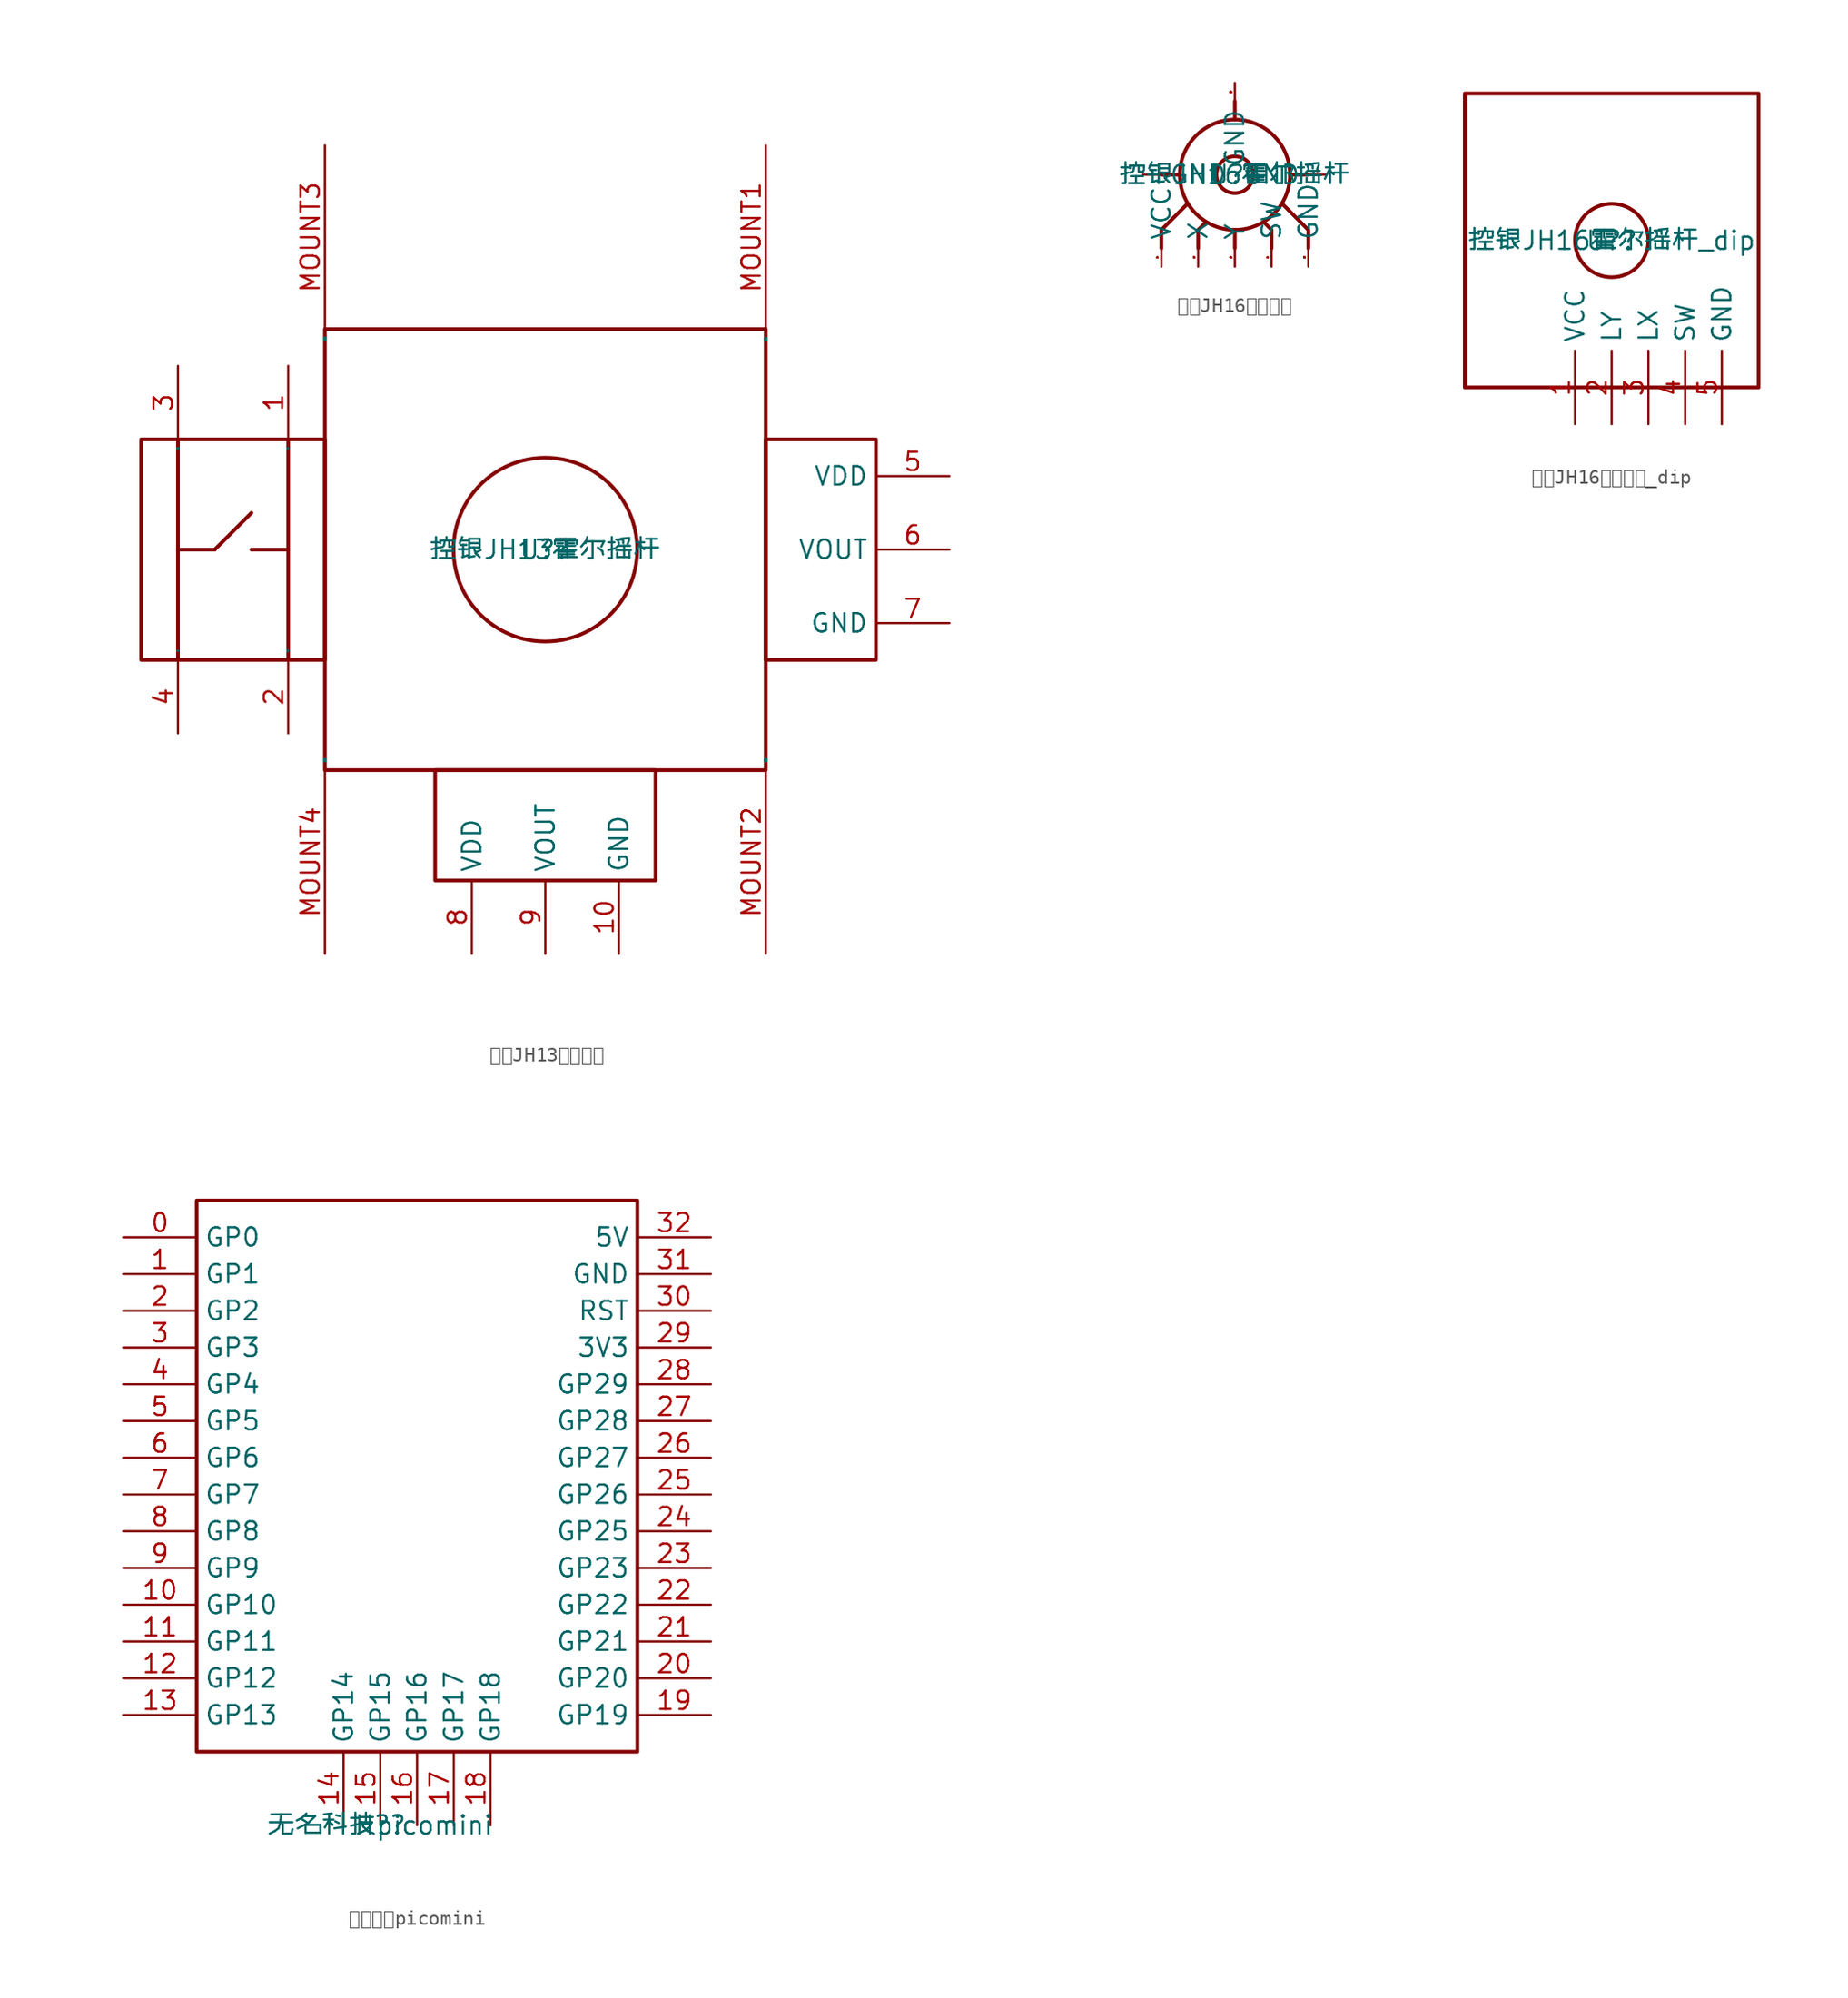
<source format=kicad_sym>
(kicad_symbol_lib
  (version 20231120)
  (generator "kicad_symbol_editor")
  (generator_version "8.0")
  (symbol "控银JH13霍尔摇杆"
    (property "Reference" "U?"
      (at 0 0 0)
      (effects (font (size 1.27 1.27))))
    (property "Value" "控银JH13霍尔摇杆"
      (at 0 0 0)
      (effects (font (size 1.27 1.27))))
    (symbol "控银JH13霍尔摇杆_0_0"
      (rectangle (start -27.94 7.62) (end -15.24 -7.62) (stroke (width 0.254) (type solid)) (fill (type none)))
      (rectangle (start -15.24 15.24) (end 15.24 -15.24) (stroke (width 0.254) (type solid)) (fill (type none)))
      (rectangle (start -7.62 -15.24) (end 7.62 -22.86) (stroke (width 0.254) (type solid)) (fill (type none)))
      (polyline (pts (xy -25.4 0) (xy -22.86 0)) (stroke (width 0.254) (type solid)) (fill (type none)))
      (polyline (pts (xy -25.4 7.62) (xy -25.4 -7.62)) (stroke (width 0.254) (type solid)) (fill (type none)))
      (polyline (pts (xy -22.86 0) (xy -20.32 2.54)) (stroke (width 0.254) (type solid)) (fill (type none)))
      (polyline (pts (xy -17.78 0) (xy -20.32 0)) (stroke (width 0.254) (type solid)) (fill (type none)))
      (polyline (pts (xy -17.78 7.62) (xy -17.78 -7.62)) (stroke (width 0.254) (type solid)) (fill (type none)))
      (circle (center 0 0) (radius 6.35) (stroke (width 0.254) (type solid)) (fill (type none)))
      (rectangle (start 15.24 7.62) (end 22.86 -7.62) (stroke (width 0.254) (type solid)) (fill (type none)))
      (pin unspecified line (at -17.78 12.7 270) (length 5.08) (name "1" (effects (font (size 0.025 0.025)))) (number "1" (effects (font (size 1.27 1.27)))))
      (pin unspecified line (at 5.08 -27.94 90) (length 5.08) (name "GND" (effects (font (size 1.27 1.27)))) (number "10" (effects (font (size 1.27 1.27)))))
      (pin unspecified line (at -17.78 -12.7 90) (length 5.08) (name "2" (effects (font (size 0.025 0.025)))) (number "2" (effects (font (size 1.27 1.27)))))
      (pin unspecified line (at -25.4 12.7 270) (length 5.08) (name "3" (effects (font (size 0.025 0.025)))) (number "3" (effects (font (size 1.27 1.27)))))
      (pin unspecified line (at -25.4 -12.7 90) (length 5.08) (name "4" (effects (font (size 0.025 0.025)))) (number "4" (effects (font (size 1.27 1.27)))))
      (pin unspecified line (at 27.94 5.08 180) (length 5.08) (name "VDD" (effects (font (size 1.27 1.27)))) (number "5" (effects (font (size 1.27 1.27)))))
      (pin unspecified line (at 27.94 0 180) (length 5.08) (name "VOUT" (effects (font (size 1.27 1.27)))) (number "6" (effects (font (size 1.27 1.27)))))
      (pin unspecified line (at 27.94 -5.08 180) (length 5.08) (name "GND" (effects (font (size 1.27 1.27)))) (number "7" (effects (font (size 1.27 1.27)))))
      (pin unspecified line (at -5.08 -27.94 90) (length 5.08) (name "VDD" (effects (font (size 1.27 1.27)))) (number "8" (effects (font (size 1.27 1.27)))))
      (pin unspecified line (at 0 -27.94 90) (length 5.08) (name "VOUT" (effects (font (size 1.27 1.27)))) (number "9" (effects (font (size 1.27 1.27)))))
      (pin unspecified line (at 15.24 27.94 270) (length 12.7) (name "MOUNT1" (effects (font (size 0.025 0.025)))) (number "MOUNT1" (effects (font (size 1.27 1.27)))))
      (pin unspecified line (at 15.24 -27.94 90) (length 12.7) (name "MOUNT2" (effects (font (size 0.025 0.025)))) (number "MOUNT2" (effects (font (size 1.27 1.27)))))
      (pin unspecified line (at -15.24 27.94 270) (length 12.7) (name "MOUNT3" (effects (font (size 0.025 0.025)))) (number "MOUNT3" (effects (font (size 1.27 1.27)))))
      (pin unspecified line (at -15.24 -27.94 90) (length 12.7) (name "MOUNT4" (effects (font (size 0.025 0.025)))) (number "MOUNT4" (effects (font (size 1.27 1.27)))))))
  (symbol "控银JH16霍尔摇杆"
    (property "Reference" "U?"
      (at 0 0 0)
      (effects (font (size 1.27 1.27))))
    (property "Value" "控银JH16霍尔摇杆"
      (at 0 0 0)
      (effects (font (size 1.27 1.27))))
    (symbol "控银JH16霍尔摇杆_0_0"
      (polyline (pts (xy -3.81 0) (xy -5.08 0)) (stroke (width 0.254) (type solid)) (fill (type none)))
      (polyline (pts (xy 0 -3.81) (xy 0 -5.08)) (stroke (width 0.254) (type solid)) (fill (type none)))
      (polyline (pts (xy 0 3.81) (xy 0 5.08)) (stroke (width 0.254) (type solid)) (fill (type none)))
      (polyline (pts (xy 3.81 0) (xy 5.08 0)) (stroke (width 0.254) (type solid)) (fill (type none)))
      (polyline (pts (xy -2.54 -5.08) (xy -2.54 -3.81) (xy -2.032 -3.302)) (stroke (width 0.254) (type solid)) (fill (type none)))
      (polyline (pts (xy 2.54 -5.08) (xy 2.54 -3.81) (xy 2.032 -3.302)) (stroke (width 0.254) (type solid)) (fill (type none)))
      (polyline (pts (xy -5.08 -5.08) (xy -5.08 -3.81) (xy -3.81 -2.54) (xy -3.302 -2.032)) (stroke (width 0.254) (type solid)) (fill (type none)))
      (polyline (pts (xy 5.08 -5.08) (xy 5.08 -3.81) (xy 3.302 -2.032) (xy 3.81 -2.54)) (stroke (width 0.254) (type solid)) (fill (type none)))
      (circle (center 0 0) (radius 1.27) (stroke (width 0.254) (type solid)) (fill (type none)))
      (circle (center 0 0) (radius 3.81) (stroke (width 0.254) (type solid)) (fill (type none)))
      (pin unspecified line (at -5.08 -6.35 90) (length 1.27) (name "VCC" (effects (font (size 1.27 1.27)))) (number "1" (effects (font (size 0.025 0.025)))))
      (pin unspecified line (at -2.54 -6.35 90) (length 1.27) (name "X" (effects (font (size 1.27 1.27)))) (number "2" (effects (font (size 0.025 0.025)))))
      (pin unspecified line (at 0 -6.35 90) (length 1.27) (name "Y" (effects (font (size 1.27 1.27)))) (number "3" (effects (font (size 0.025 0.025)))))
      (pin unspecified line (at 2.54 -6.35 90) (length 1.27) (name "SW" (effects (font (size 1.27 1.27)))) (number "4" (effects (font (size 0.025 0.025)))))
      (pin unspecified line (at 5.08 -6.35 90) (length 1.27) (name "GND" (effects (font (size 1.27 1.27)))) (number "5" (effects (font (size 0.025 0.025)))))
      (pin unspecified line (at 0 6.35 270) (length 1.27) (name "GND" (effects (font (size 1.27 1.27)))) (number "6" (effects (font (size 0.025 0.025)))))
      (pin unspecified line (at -6.35 0 0) (length 1.27) (name "GND" (effects (font (size 1.27 1.27)))) (number "7" (effects (font (size 0.025 0.025)))))
      (pin unspecified line (at 6.35 0 180) (length 1.27) (name "GND" (effects (font (size 1.27 1.27)))) (number "8" (effects (font (size 0.025 0.025)))))))
  (symbol "控银JH16霍尔摇杆_dip"
    (property "Reference" "U?"
      (at 0 0 0)
      (effects (font (size 1.27 1.27))))
    (property "Value" "控银JH16霍尔摇杆_dip"
      (at 0 0 0)
      (effects (font (size 1.27 1.27))))
    (symbol "控银JH16霍尔摇杆_dip_0_0"
      (rectangle (start -10.16 10.16) (end 10.16 -10.16) (stroke (width 0.254) (type solid)) (fill (type none)))
      (circle (center 0 0) (radius 2.54) (stroke (width 0.254) (type solid)) (fill (type none)))
      (pin unspecified line (at -2.54 -12.7 90) (length 5.08) (name "VCC" (effects (font (size 1.27 1.27)))) (number "1" (effects (font (size 1.27 1.27)))))
      (pin unspecified line (at 0 -12.7 90) (length 5.08) (name "LY" (effects (font (size 1.27 1.27)))) (number "2" (effects (font (size 1.27 1.27)))))
      (pin unspecified line (at 2.54 -12.7 90) (length 5.08) (name "LX" (effects (font (size 1.27 1.27)))) (number "3" (effects (font (size 1.27 1.27)))))
      (pin unspecified line (at 5.08 -12.7 90) (length 5.08) (name "SW" (effects (font (size 1.27 1.27)))) (number "4" (effects (font (size 1.27 1.27)))))
      (pin unspecified line (at 7.62 -12.7 90) (length 5.08) (name "GND" (effects (font (size 1.27 1.27)))) (number "5" (effects (font (size 1.27 1.27)))))))
  (symbol "无名科技picomini"
    (property "Reference" "H?"
      (at 0 0 0)
      (effects (font (size 1.27 1.27))))
    (property "Value" "无名科技picomini"
      (at 0 0 0)
      (effects (font (size 1.27 1.27))))
    (symbol "无名科技picomini_0_0"
      (rectangle (start -12.7 43.18) (end 17.78 5.08) (stroke (width 0.254) (type solid)) (fill (type none)))
      (pin unspecified line (at -17.78 40.64 0) (length 5.08) (name "GP0" (effects (font (size 1.27 1.27)))) (number "0" (effects (font (size 1.27 1.27)))))
      (pin unspecified line (at -17.78 38.1 0) (length 5.08) (name "GP1" (effects (font (size 1.27 1.27)))) (number "1" (effects (font (size 1.27 1.27)))))
      (pin unspecified line (at -17.78 15.24 0) (length 5.08) (name "GP10" (effects (font (size 1.27 1.27)))) (number "10" (effects (font (size 1.27 1.27)))))
      (pin unspecified line (at -17.78 12.7 0) (length 5.08) (name "GP11" (effects (font (size 1.27 1.27)))) (number "11" (effects (font (size 1.27 1.27)))))
      (pin unspecified line (at -17.78 10.16 0) (length 5.08) (name "GP12" (effects (font (size 1.27 1.27)))) (number "12" (effects (font (size 1.27 1.27)))))
      (pin unspecified line (at -17.78 7.62 0) (length 5.08) (name "GP13" (effects (font (size 1.27 1.27)))) (number "13" (effects (font (size 1.27 1.27)))))
      (pin unspecified line (at -2.54 0 90) (length 5.08) (name "GP14" (effects (font (size 1.27 1.27)))) (number "14" (effects (font (size 1.27 1.27)))))
      (pin unspecified line (at 0 0 90) (length 5.08) (name "GP15" (effects (font (size 1.27 1.27)))) (number "15" (effects (font (size 1.27 1.27)))))
      (pin unspecified line (at 2.54 0 90) (length 5.08) (name "GP16" (effects (font (size 1.27 1.27)))) (number "16" (effects (font (size 1.27 1.27)))))
      (pin unspecified line (at 5.08 0 90) (length 5.08) (name "GP17" (effects (font (size 1.27 1.27)))) (number "17" (effects (font (size 1.27 1.27)))))
      (pin unspecified line (at 7.62 0 90) (length 5.08) (name "GP18" (effects (font (size 1.27 1.27)))) (number "18" (effects (font (size 1.27 1.27)))))
      (pin unspecified line (at 22.86 7.62 180) (length 5.08) (name "GP19" (effects (font (size 1.27 1.27)))) (number "19" (effects (font (size 1.27 1.27)))))
      (pin unspecified line (at -17.78 35.56 0) (length 5.08) (name "GP2" (effects (font (size 1.27 1.27)))) (number "2" (effects (font (size 1.27 1.27)))))
      (pin unspecified line (at 22.86 10.16 180) (length 5.08) (name "GP20" (effects (font (size 1.27 1.27)))) (number "20" (effects (font (size 1.27 1.27)))))
      (pin unspecified line (at 22.86 12.7 180) (length 5.08) (name "GP21" (effects (font (size 1.27 1.27)))) (number "21" (effects (font (size 1.27 1.27)))))
      (pin unspecified line (at 22.86 15.24 180) (length 5.08) (name "GP22" (effects (font (size 1.27 1.27)))) (number "22" (effects (font (size 1.27 1.27)))))
      (pin unspecified line (at 22.86 17.78 180) (length 5.08) (name "GP23" (effects (font (size 1.27 1.27)))) (number "23" (effects (font (size 1.27 1.27)))))
      (pin unspecified line (at 22.86 20.32 180) (length 5.08) (name "GP25" (effects (font (size 1.27 1.27)))) (number "24" (effects (font (size 1.27 1.27)))))
      (pin unspecified line (at 22.86 22.86 180) (length 5.08) (name "GP26" (effects (font (size 1.27 1.27)))) (number "25" (effects (font (size 1.27 1.27)))))
      (pin unspecified line (at 22.86 25.4 180) (length 5.08) (name "GP27" (effects (font (size 1.27 1.27)))) (number "26" (effects (font (size 1.27 1.27)))))
      (pin unspecified line (at 22.86 27.94 180) (length 5.08) (name "GP28" (effects (font (size 1.27 1.27)))) (number "27" (effects (font (size 1.27 1.27)))))
      (pin unspecified line (at 22.86 30.48 180) (length 5.08) (name "GP29" (effects (font (size 1.27 1.27)))) (number "28" (effects (font (size 1.27 1.27)))))
      (pin unspecified line (at 22.86 33.02 180) (length 5.08) (name "3V3" (effects (font (size 1.27 1.27)))) (number "29" (effects (font (size 1.27 1.27)))))
      (pin unspecified line (at -17.78 33.02 0) (length 5.08) (name "GP3" (effects (font (size 1.27 1.27)))) (number "3" (effects (font (size 1.27 1.27)))))
      (pin unspecified line (at 22.86 35.56 180) (length 5.08) (name "RST" (effects (font (size 1.27 1.27)))) (number "30" (effects (font (size 1.27 1.27)))))
      (pin unspecified line (at 22.86 38.1 180) (length 5.08) (name "GND" (effects (font (size 1.27 1.27)))) (number "31" (effects (font (size 1.27 1.27)))))
      (pin unspecified line (at 22.86 40.64 180) (length 5.08) (name "5V" (effects (font (size 1.27 1.27)))) (number "32" (effects (font (size 1.27 1.27)))))
      (pin unspecified line (at -17.78 30.48 0) (length 5.08) (name "GP4" (effects (font (size 1.27 1.27)))) (number "4" (effects (font (size 1.27 1.27)))))
      (pin unspecified line (at -17.78 27.94 0) (length 5.08) (name "GP5" (effects (font (size 1.27 1.27)))) (number "5" (effects (font (size 1.27 1.27)))))
      (pin unspecified line (at -17.78 25.4 0) (length 5.08) (name "GP6" (effects (font (size 1.27 1.27)))) (number "6" (effects (font (size 1.27 1.27)))))
      (pin unspecified line (at -17.78 22.86 0) (length 5.08) (name "GP7" (effects (font (size 1.27 1.27)))) (number "7" (effects (font (size 1.27 1.27)))))
      (pin unspecified line (at -17.78 20.32 0) (length 5.08) (name "GP8" (effects (font (size 1.27 1.27)))) (number "8" (effects (font (size 1.27 1.27)))))
      (pin unspecified line (at -17.78 17.78 0) (length 5.08) (name "GP9" (effects (font (size 1.27 1.27)))) (number "9" (effects (font (size 1.27 1.27))))))))
</source>
